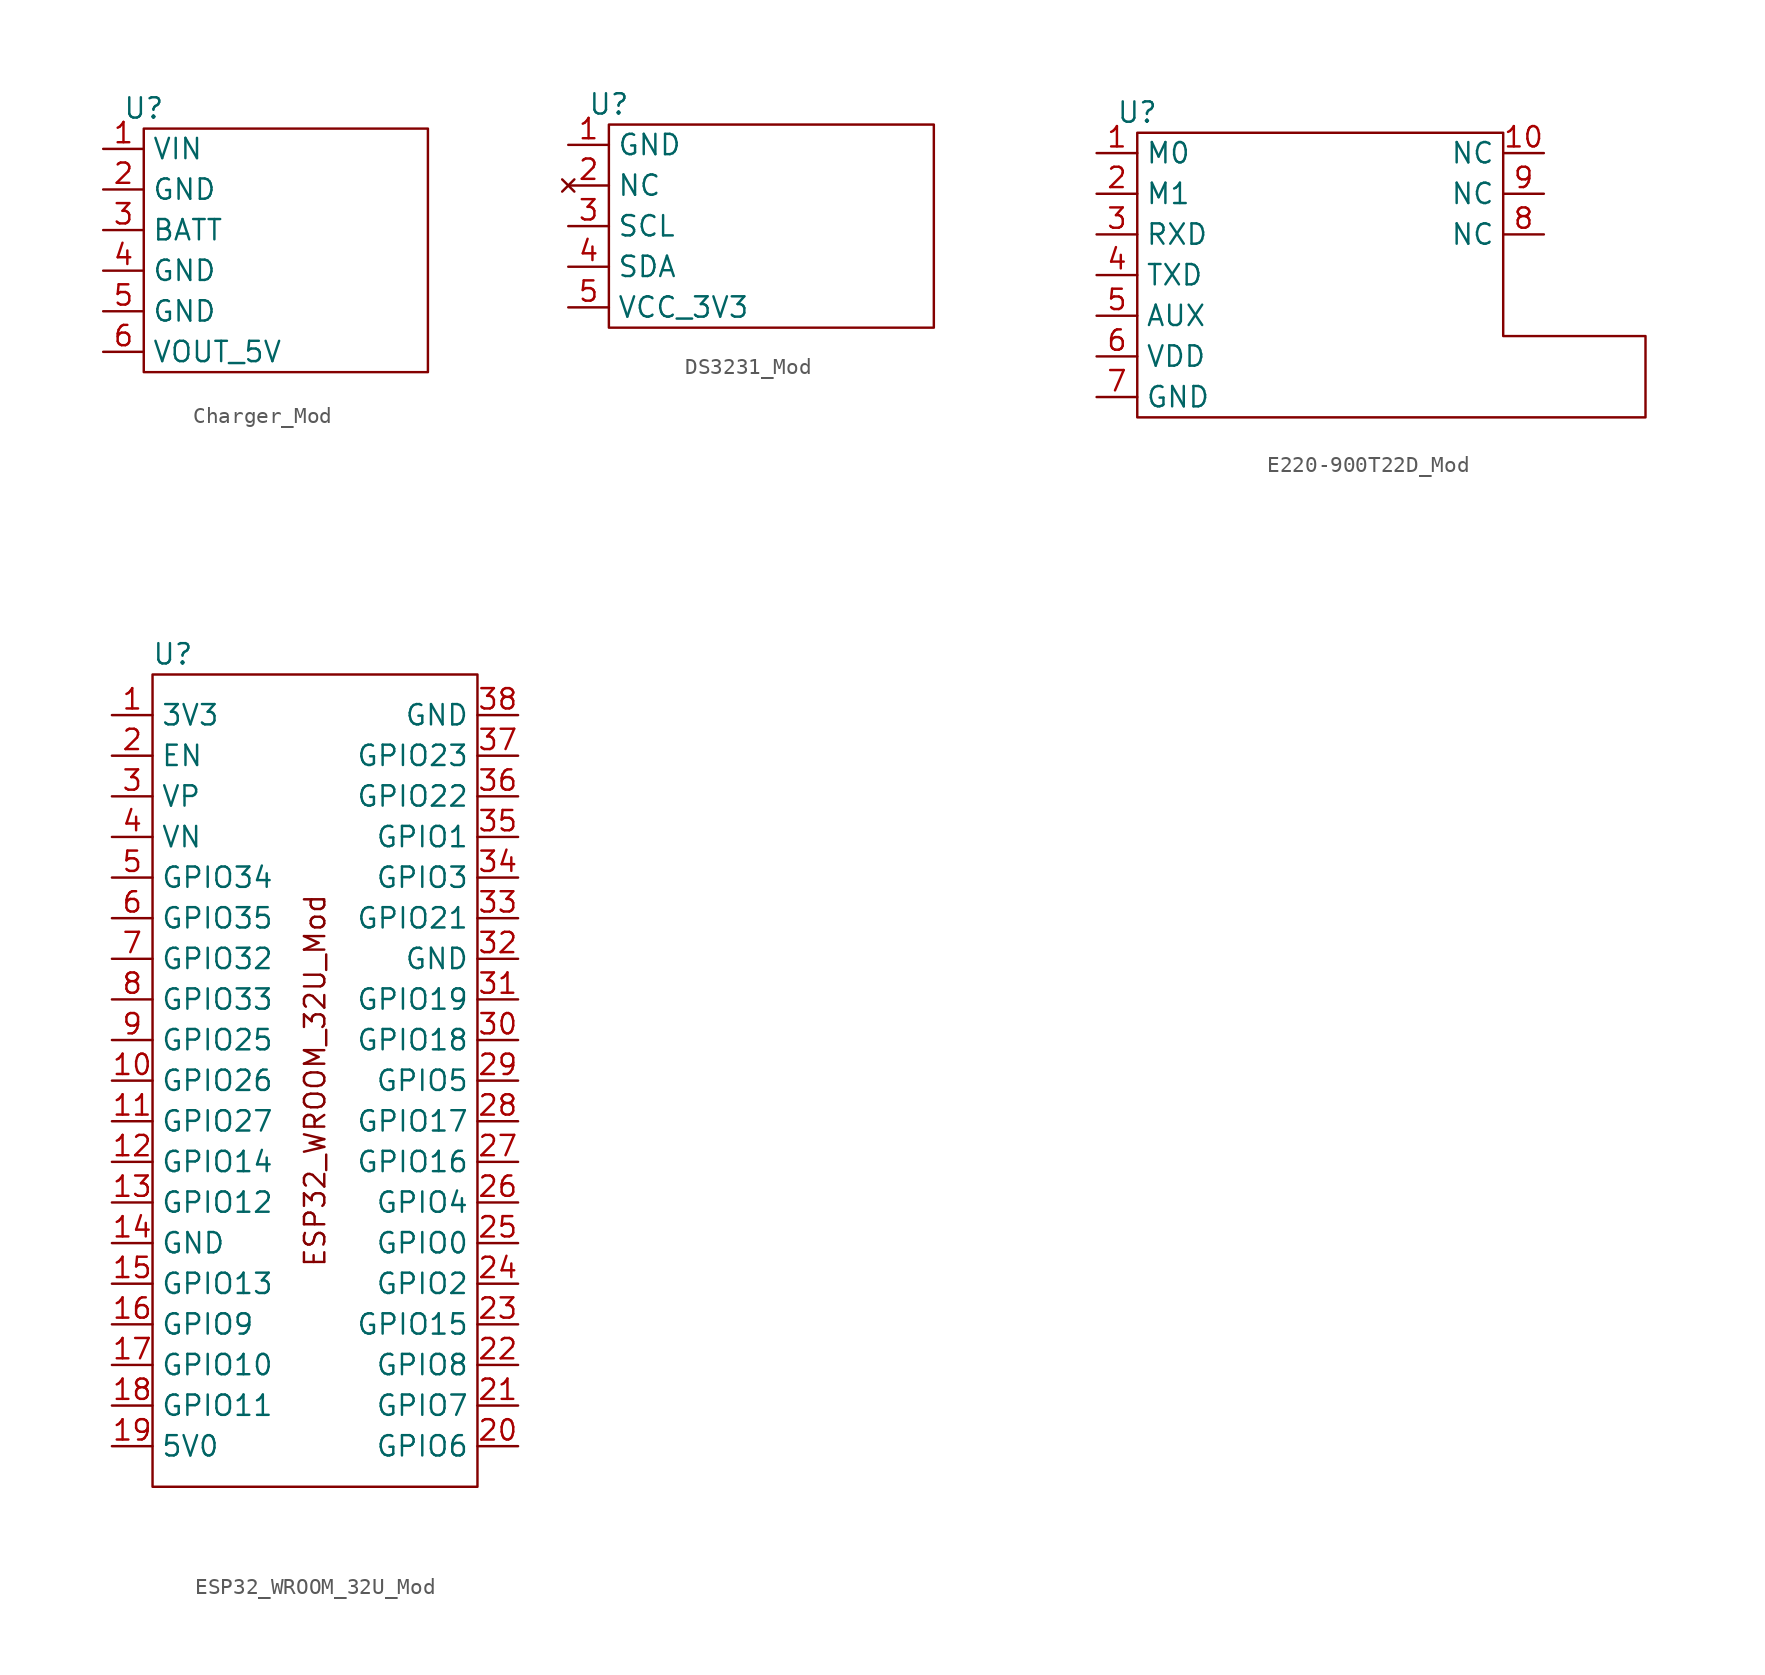
<source format=kicad_sym>
(kicad_symbol_lib
  (version 20220914)
  (generator kicad_symbol_editor)
  (symbol "Charger_Mod"
    (property "Reference" "U"
      (at 0 0 0)
      (effects (font (size 1.27 1.27))))
    (property "Value" ""
      (at 0 0 0)
      (effects (font (size 1.27 1.27))))
    (symbol "Charger_Mod_0_1"
      (polyline (pts (xy 0 -1.27) (xy 0 -16.51) (xy 17.78 -16.51) (xy 17.78 -1.27) (xy 0 -1.27)) (stroke (width 0) (type default)) (fill (type none))))
    (symbol "Charger_Mod_1_1"
      (pin input line (at -2.54 -2.54 0) (length 2.54) (name "VIN" (effects (font (size 1.27 1.27)))) (number "1" (effects (font (size 1.27 1.27)))))
      (pin passive line (at -2.54 -5.08 0) (length 2.54) (name "GND" (effects (font (size 1.27 1.27)))) (number "2" (effects (font (size 1.27 1.27)))))
      (pin input line (at -2.54 -7.62 0) (length 2.54) (name "BATT" (effects (font (size 1.27 1.27)))) (number "3" (effects (font (size 1.27 1.27)))))
      (pin passive line (at -2.54 -10.16 0) (length 2.54) (name "GND" (effects (font (size 1.27 1.27)))) (number "4" (effects (font (size 1.27 1.27)))))
      (pin passive line (at -2.54 -12.7 0) (length 2.54) (name "GND" (effects (font (size 1.27 1.27)))) (number "5" (effects (font (size 1.27 1.27)))))
      (pin output line (at -2.54 -15.24 0) (length 2.54) (name "VOUT_5V" (effects (font (size 1.27 1.27)))) (number "6" (effects (font (size 1.27 1.27)))))))
  (symbol "DS3231_Mod"
    (property "Reference" "U"
      (at 0 0 0)
      (effects (font (size 1.27 1.27))))
    (property "Value" ""
      (at 0 0 0)
      (effects (font (size 1.27 1.27))))
    (symbol "DS3231_Mod_0_1"
      (polyline (pts (xy 0 -1.27) (xy 20.32 -1.27) (xy 20.32 -13.97) (xy 0 -13.97) (xy 0 -1.27)) (stroke (width 0) (type default)) (fill (type none))))
    (symbol "DS3231_Mod_1_1"
      (pin passive line (at -2.54 -2.54 0) (length 2.54) (name "GND" (effects (font (size 1.27 1.27)))) (number "1" (effects (font (size 1.27 1.27)))))
      (pin no_connect line (at -2.54 -5.08 0) (length 2.54) (name "NC" (effects (font (size 1.27 1.27)))) (number "2" (effects (font (size 1.27 1.27)))))
      (pin input line (at -2.54 -7.62 0) (length 2.54) (name "SCL" (effects (font (size 1.27 1.27)))) (number "3" (effects (font (size 1.27 1.27)))))
      (pin bidirectional line (at -2.54 -10.16 0) (length 2.54) (name "SDA" (effects (font (size 1.27 1.27)))) (number "4" (effects (font (size 1.27 1.27)))))
      (pin input line (at -2.54 -12.7 0) (length 2.54) (name "VCC_3V3" (effects (font (size 1.27 1.27)))) (number "5" (effects (font (size 1.27 1.27)))))))
  (symbol "E220-900T22D_Mod"
    (property "Reference" "U"
      (at 0 0 0)
      (effects (font (size 1.27 1.27))))
    (property "Value" ""
      (at 0 0 0)
      (effects (font (size 1.27 1.27))))
    (symbol "E220-900T22D_Mod_0_1"
      (polyline (pts (xy 0 -1.27) (xy 0 -19.05) (xy 31.75 -19.05) (xy 31.75 -13.97) (xy 22.86 -13.97) (xy 22.86 -1.27) (xy 0 -1.27)) (stroke (width 0) (type default)) (fill (type none))))
    (symbol "E220-900T22D_Mod_1_1"
      (pin bidirectional line (at -2.54 -2.54 0) (length 2.54) (name "M0" (effects (font (size 1.27 1.27)))) (number "1" (effects (font (size 1.27 1.27)))))
      (pin passive line (at 25.4 -2.54 180) (length 2.54) (name "NC" (effects (font (size 1.27 1.27)))) (number "10" (effects (font (size 1.27 1.27)))))
      (pin bidirectional line (at -2.54 -5.08 0) (length 2.54) (name "M1" (effects (font (size 1.27 1.27)))) (number "2" (effects (font (size 1.27 1.27)))))
      (pin input line (at -2.54 -7.62 0) (length 2.54) (name "RXD" (effects (font (size 1.27 1.27)))) (number "3" (effects (font (size 1.27 1.27)))))
      (pin output line (at -2.54 -10.16 0) (length 2.54) (name "TXD" (effects (font (size 1.27 1.27)))) (number "4" (effects (font (size 1.27 1.27)))))
      (pin bidirectional line (at -2.54 -12.7 0) (length 2.54) (name "AUX" (effects (font (size 1.27 1.27)))) (number "5" (effects (font (size 1.27 1.27)))))
      (pin input line (at -2.54 -15.24 0) (length 2.54) (name "VDD" (effects (font (size 1.27 1.27)))) (number "6" (effects (font (size 1.27 1.27)))))
      (pin passive line (at -2.54 -17.78 0) (length 2.54) (name "GND" (effects (font (size 1.27 1.27)))) (number "7" (effects (font (size 1.27 1.27)))))
      (pin passive line (at 25.4 -7.62 180) (length 2.54) (name "NC" (effects (font (size 1.27 1.27)))) (number "8" (effects (font (size 1.27 1.27)))))
      (pin passive line (at 25.4 -5.08 180) (length 2.54) (name "NC" (effects (font (size 1.27 1.27)))) (number "9" (effects (font (size 1.27 1.27)))))))
  (symbol "ESP32_WROOM_32U_Mod"
    (property "Reference" "U"
      (at -12.7 1.27 0)
      (effects (font (size 1.27 1.27))))
    (property "Value" ""
      (at 0 0 0)
      (effects (font (size 1.27 1.27))))
    (symbol "ESP32_WROOM_32U_Mod_0_1"
      (rectangle (start -13.97 0) (end 6.35 -50.8) (stroke (width 0) (type default)) (fill (type none))))
    (symbol "ESP32_WROOM_32U_Mod_1_1"
      (text "ESP32_WROOM_32U_Mod" (at -3.81 -25.4 900) (effects (font (size 1.27 1.27))))
      (pin power_in line (at -16.51 -2.54 0) (length 2.54) (name "3V3" (effects (font (size 1.27 1.27)))) (number "1" (effects (font (size 1.27 1.27)))))
      (pin bidirectional line (at -16.51 -25.4 0) (length 2.54) (name "GPIO26" (effects (font (size 1.27 1.27)))) (number "10" (effects (font (size 1.27 1.27)))))
      (pin bidirectional line (at -16.51 -27.94 0) (length 2.54) (name "GPIO27" (effects (font (size 1.27 1.27)))) (number "11" (effects (font (size 1.27 1.27)))))
      (pin bidirectional line (at -16.51 -30.48 0) (length 2.54) (name "GPIO14" (effects (font (size 1.27 1.27)))) (number "12" (effects (font (size 1.27 1.27)))))
      (pin bidirectional line (at -16.51 -33.02 0) (length 2.54) (name "GPIO12" (effects (font (size 1.27 1.27)))) (number "13" (effects (font (size 1.27 1.27)))))
      (pin passive line (at -16.51 -35.56 0) (length 2.54) (name "GND" (effects (font (size 1.27 1.27)))) (number "14" (effects (font (size 1.27 1.27)))))
      (pin bidirectional line (at -16.51 -38.1 0) (length 2.54) (name "GPIO13" (effects (font (size 1.27 1.27)))) (number "15" (effects (font (size 1.27 1.27)))))
      (pin bidirectional line (at -16.51 -40.64 0) (length 2.54) (name "GPIO9" (effects (font (size 1.27 1.27)))) (number "16" (effects (font (size 1.27 1.27)))))
      (pin bidirectional line (at -16.51 -43.18 0) (length 2.54) (name "GPIO10" (effects (font (size 1.27 1.27)))) (number "17" (effects (font (size 1.27 1.27)))))
      (pin bidirectional line (at -16.51 -45.72 0) (length 2.54) (name "GPIO11" (effects (font (size 1.27 1.27)))) (number "18" (effects (font (size 1.27 1.27)))))
      (pin power_in line (at -16.51 -48.26 0) (length 2.54) (name "5V0" (effects (font (size 1.27 1.27)))) (number "19" (effects (font (size 1.27 1.27)))))
      (pin input line (at -16.51 -5.08 0) (length 2.54) (name "EN" (effects (font (size 1.27 1.27)))) (number "2" (effects (font (size 1.27 1.27)))))
      (pin bidirectional line (at 8.89 -48.26 180) (length 2.54) (name "GPIO6" (effects (font (size 1.27 1.27)))) (number "20" (effects (font (size 1.27 1.27)))))
      (pin bidirectional line (at 8.89 -45.72 180) (length 2.54) (name "GPIO7" (effects (font (size 1.27 1.27)))) (number "21" (effects (font (size 1.27 1.27)))))
      (pin bidirectional line (at 8.89 -43.18 180) (length 2.54) (name "GPIO8" (effects (font (size 1.27 1.27)))) (number "22" (effects (font (size 1.27 1.27)))))
      (pin bidirectional line (at 8.89 -40.64 180) (length 2.54) (name "GPIO15" (effects (font (size 1.27 1.27)))) (number "23" (effects (font (size 1.27 1.27)))))
      (pin bidirectional line (at 8.89 -38.1 180) (length 2.54) (name "GPIO2" (effects (font (size 1.27 1.27)))) (number "24" (effects (font (size 1.27 1.27)))))
      (pin bidirectional line (at 8.89 -35.56 180) (length 2.54) (name "GPIO0" (effects (font (size 1.27 1.27)))) (number "25" (effects (font (size 1.27 1.27)))))
      (pin bidirectional line (at 8.89 -33.02 180) (length 2.54) (name "GPIO4" (effects (font (size 1.27 1.27)))) (number "26" (effects (font (size 1.27 1.27)))))
      (pin bidirectional line (at 8.89 -30.48 180) (length 2.54) (name "GPIO16" (effects (font (size 1.27 1.27)))) (number "27" (effects (font (size 1.27 1.27)))))
      (pin bidirectional line (at 8.89 -27.94 180) (length 2.54) (name "GPIO17" (effects (font (size 1.27 1.27)))) (number "28" (effects (font (size 1.27 1.27)))))
      (pin bidirectional line (at 8.89 -25.4 180) (length 2.54) (name "GPIO5" (effects (font (size 1.27 1.27)))) (number "29" (effects (font (size 1.27 1.27)))))
      (pin input line (at -16.51 -7.62 0) (length 2.54) (name "VP" (effects (font (size 1.27 1.27)))) (number "3" (effects (font (size 1.27 1.27)))))
      (pin bidirectional line (at 8.89 -22.86 180) (length 2.54) (name "GPIO18" (effects (font (size 1.27 1.27)))) (number "30" (effects (font (size 1.27 1.27)))))
      (pin bidirectional line (at 8.89 -20.32 180) (length 2.54) (name "GPIO19" (effects (font (size 1.27 1.27)))) (number "31" (effects (font (size 1.27 1.27)))))
      (pin passive line (at 8.89 -17.78 180) (length 2.54) (name "GND" (effects (font (size 1.27 1.27)))) (number "32" (effects (font (size 1.27 1.27)))))
      (pin bidirectional line (at 8.89 -15.24 180) (length 2.54) (name "GPIO21" (effects (font (size 1.27 1.27)))) (number "33" (effects (font (size 1.27 1.27)))))
      (pin bidirectional line (at 8.89 -12.7 180) (length 2.54) (name "GPIO3" (effects (font (size 1.27 1.27)))) (number "34" (effects (font (size 1.27 1.27)))))
      (pin bidirectional line (at 8.89 -10.16 180) (length 2.54) (name "GPIO1" (effects (font (size 1.27 1.27)))) (number "35" (effects (font (size 1.27 1.27)))))
      (pin bidirectional line (at 8.89 -7.62 180) (length 2.54) (name "GPIO22" (effects (font (size 1.27 1.27)))) (number "36" (effects (font (size 1.27 1.27)))))
      (pin bidirectional line (at 8.89 -5.08 180) (length 2.54) (name "GPIO23" (effects (font (size 1.27 1.27)))) (number "37" (effects (font (size 1.27 1.27)))))
      (pin passive line (at 8.89 -2.54 180) (length 2.54) (name "GND" (effects (font (size 1.27 1.27)))) (number "38" (effects (font (size 1.27 1.27)))))
      (pin input line (at -16.51 -10.16 0) (length 2.54) (name "VN" (effects (font (size 1.27 1.27)))) (number "4" (effects (font (size 1.27 1.27)))))
      (pin bidirectional line (at -16.51 -12.7 0) (length 2.54) (name "GPIO34" (effects (font (size 1.27 1.27)))) (number "5" (effects (font (size 1.27 1.27)))))
      (pin bidirectional line (at -16.51 -15.24 0) (length 2.54) (name "GPIO35" (effects (font (size 1.27 1.27)))) (number "6" (effects (font (size 1.27 1.27)))))
      (pin bidirectional line (at -16.51 -17.78 0) (length 2.54) (name "GPIO32" (effects (font (size 1.27 1.27)))) (number "7" (effects (font (size 1.27 1.27)))))
      (pin bidirectional line (at -16.51 -20.32 0) (length 2.54) (name "GPIO33" (effects (font (size 1.27 1.27)))) (number "8" (effects (font (size 1.27 1.27)))))
      (pin bidirectional line (at -16.51 -22.86 0) (length 2.54) (name "GPIO25" (effects (font (size 1.27 1.27)))) (number "9" (effects (font (size 1.27 1.27))))))))
</source>
